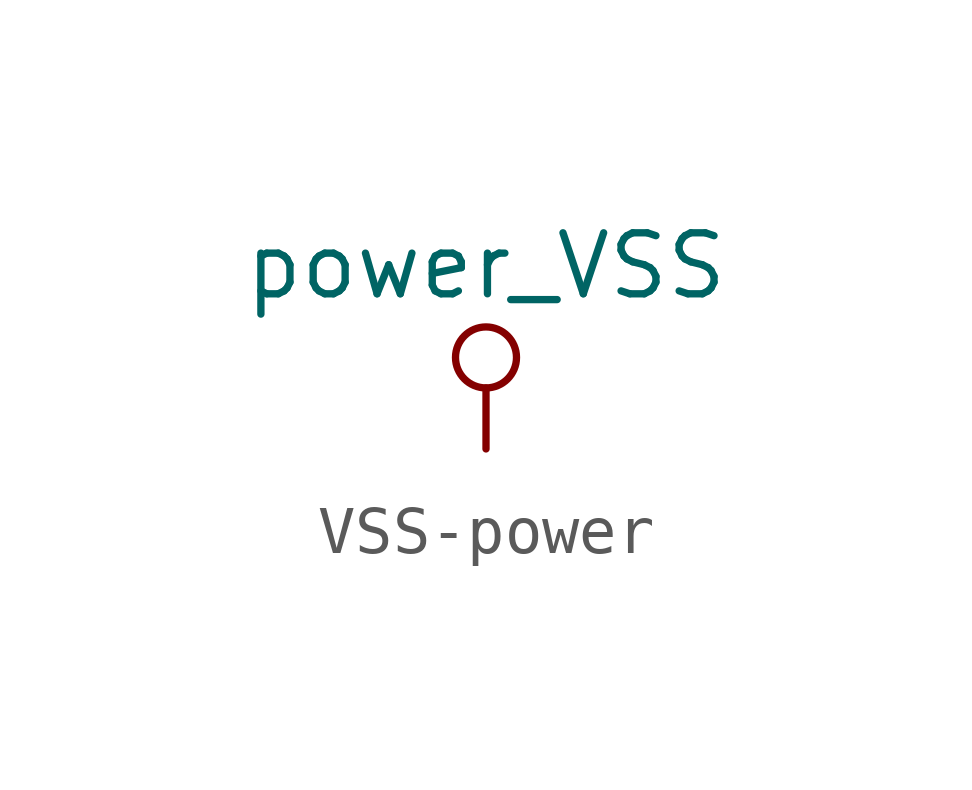
<source format=kicad_sym>
(kicad_symbol_lib
  (version 20241209)
  (generator "kicad_symbol_editor")
  (generator_version "9.0")
  (symbol "VSS-power"
    (power)
    (pin_names
      (offset 0))
    (property "Reference" "#PWR"
      (at 0 -3.81 0)
      (effects (font (size 1.27 1.27)) (hide yes)))
    (property "Value" "power_VSS"
      (at 0 3.81 0)
      (effects (font (size 1.27 1.27))))
    (symbol "VSS-power_0_1"
      (circle (center 0 1.905) (radius 0.635) (stroke (width 0) (type solid)) (fill (type none)))
      (polyline (pts (xy 0 0) (xy 0 1.27)) (stroke (width 0) (type solid)) (fill (type none))))
    (symbol "VSS-power_1_1"
      (pin power_in line (at 0 0 90) (length 0) (hide yes) (name "VSS" (effects (font (size 1.27 1.27)))) (number "1" (effects (font (size 1.27 1.27))))))))
</source>
